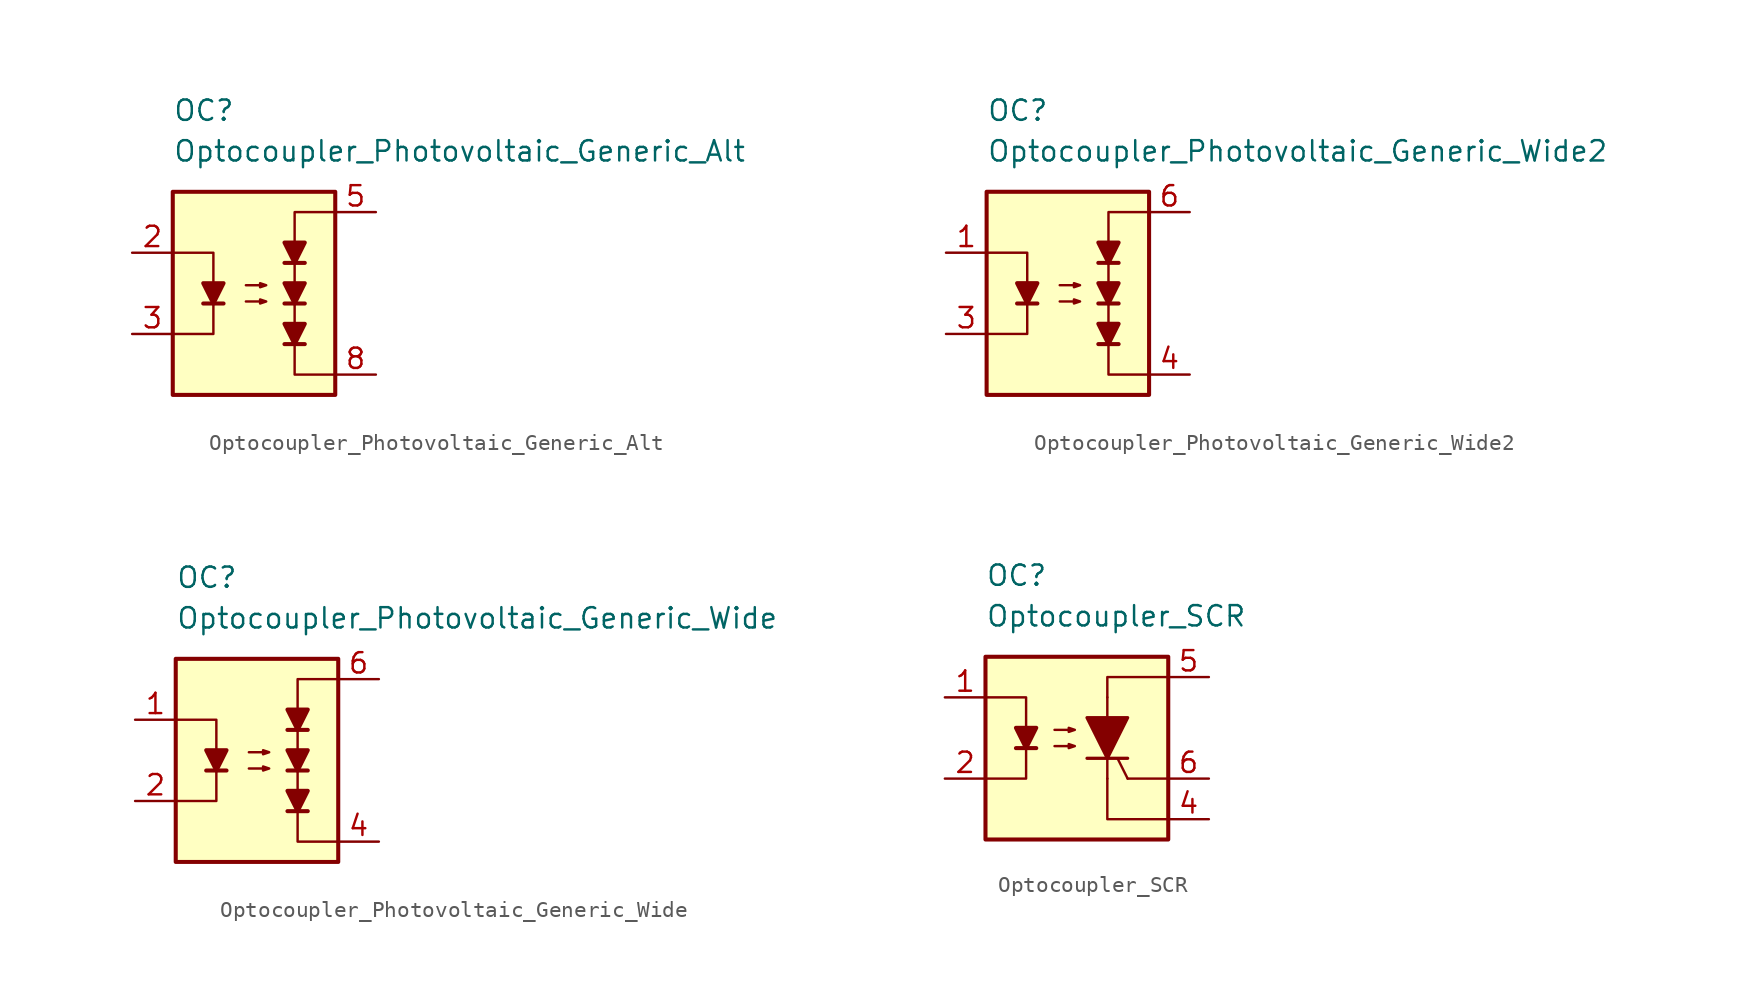
<source format=kicad_sym>
(kicad_symbol_lib
  (version 20211014)
  (generator kicad_symbol_editor)
  (symbol "Optocoupler_Misc_AKL:Optocoupler_Photovoltaic_Generic_Alt"
    (pin_names
      (offset 1.016))
    (property "Reference" "OC"
      (at -5.08 11.43 0)
      (effects (font (size 1.27 1.27)) (justify left)))
    (property "Value" "Optocoupler_Photovoltaic_Generic_Alt"
      (at -5.08 8.89 0)
      (effects (font (size 1.27 1.27)) (justify left)))
    (symbol "Optocoupler_Photovoltaic_Generic_Alt_0_0"
      (rectangle (start -5.08 6.35) (end 5.08 -6.35) (stroke (width 0.254) (type default) (color 0 0 0 0)) (fill (type background)))
      (polyline (pts (xy 5.08 -5.08) (xy 2.54 -5.08) (xy 2.54 5.08) (xy 5.08 5.08)) (stroke (width 0) (type default) (color 0 0 0 0)) (fill (type none))))
    (symbol "Optocoupler_Photovoltaic_Generic_Alt_0_1"
      (polyline (pts (xy -3.175 -0.635) (xy -1.905 -0.635)) (stroke (width 0.254) (type default) (color 0 0 0 0)) (fill (type none)))
      (polyline (pts (xy -5.08 2.54) (xy -2.54 2.54) (xy -2.54 -0.635)) (stroke (width 0) (type default) (color 0 0 0 0)) (fill (type none)))
      (polyline (pts (xy -2.54 -0.635) (xy -2.54 -2.54) (xy -5.08 -2.54)) (stroke (width 0) (type default) (color 0 0 0 0)) (fill (type none)))
      (polyline (pts (xy -2.54 -0.635) (xy -3.175 0.635) (xy -1.905 0.635) (xy -2.54 -0.635)) (stroke (width 0.254) (type default) (color 0 0 0 0)) (fill (type outline)))
      (polyline (pts (xy -0.508 -0.508) (xy 0.762 -0.508) (xy 0.381 -0.635) (xy 0.381 -0.381) (xy 0.762 -0.508)) (stroke (width 0) (type default) (color 0 0 0 0)) (fill (type none)))
      (polyline (pts (xy -0.508 0.508) (xy 0.762 0.508) (xy 0.381 0.381) (xy 0.381 0.635) (xy 0.762 0.508)) (stroke (width 0) (type default) (color 0 0 0 0)) (fill (type none))))
    (symbol "Optocoupler_Photovoltaic_Generic_Alt_1_1"
      (polyline (pts (xy 1.905 -3.175) (xy 3.175 -3.175)) (stroke (width 0.254) (type default) (color 0 0 0 0)) (fill (type none)))
      (polyline (pts (xy 1.905 -0.635) (xy 3.175 -0.635)) (stroke (width 0.254) (type default) (color 0 0 0 0)) (fill (type none)))
      (polyline (pts (xy 1.905 1.905) (xy 3.175 1.905)) (stroke (width 0.254) (type default) (color 0 0 0 0)) (fill (type none)))
      (polyline (pts (xy 2.54 -3.175) (xy 1.905 -1.905) (xy 3.175 -1.905) (xy 2.54 -3.175)) (stroke (width 0.254) (type default) (color 0 0 0 0)) (fill (type outline)))
      (polyline (pts (xy 2.54 -0.635) (xy 1.905 0.635) (xy 3.175 0.635) (xy 2.54 -0.635)) (stroke (width 0.254) (type default) (color 0 0 0 0)) (fill (type outline)))
      (polyline (pts (xy 2.54 1.905) (xy 1.905 3.175) (xy 3.175 3.175) (xy 2.54 1.905)) (stroke (width 0.254) (type default) (color 0 0 0 0)) (fill (type outline)))
      (pin passive line (at -7.62 2.54 0) (length 2.54) (name "~" (effects (font (size 1.27 1.27)))) (number "2" (effects (font (size 1.27 1.27)))))
      (pin passive line (at -7.62 -2.54 0) (length 2.54) (name "~" (effects (font (size 1.27 1.27)))) (number "3" (effects (font (size 1.27 1.27)))))
      (pin passive line (at 7.62 5.08 180) (length 2.54) (name "~" (effects (font (size 1.27 1.27)))) (number "5" (effects (font (size 1.27 1.27)))))
      (pin passive line (at 7.62 -5.08 180) (length 2.54) (name "~" (effects (font (size 1.27 1.27)))) (number "8" (effects (font (size 1.27 1.27)))))))
  (symbol "Optocoupler_Misc_AKL:Optocoupler_Photovoltaic_Generic_Wide2"
    (pin_names
      (offset 1.016))
    (property "Reference" "OC"
      (at -5.08 11.43 0)
      (effects (font (size 1.27 1.27)) (justify left)))
    (property "Value" "Optocoupler_Photovoltaic_Generic_Wide2"
      (at -5.08 8.89 0)
      (effects (font (size 1.27 1.27)) (justify left)))
    (symbol "Optocoupler_Photovoltaic_Generic_Wide2_0_0"
      (rectangle (start -5.08 6.35) (end 5.08 -6.35) (stroke (width 0.254) (type default) (color 0 0 0 0)) (fill (type background)))
      (polyline (pts (xy 5.08 -5.08) (xy 2.54 -5.08) (xy 2.54 5.08) (xy 5.08 5.08)) (stroke (width 0) (type default) (color 0 0 0 0)) (fill (type none))))
    (symbol "Optocoupler_Photovoltaic_Generic_Wide2_0_1"
      (polyline (pts (xy -3.175 -0.635) (xy -1.905 -0.635)) (stroke (width 0.254) (type default) (color 0 0 0 0)) (fill (type none)))
      (polyline (pts (xy -5.08 2.54) (xy -2.54 2.54) (xy -2.54 -0.635)) (stroke (width 0) (type default) (color 0 0 0 0)) (fill (type none)))
      (polyline (pts (xy -2.54 -0.635) (xy -2.54 -2.54) (xy -5.08 -2.54)) (stroke (width 0) (type default) (color 0 0 0 0)) (fill (type none)))
      (polyline (pts (xy -2.54 -0.635) (xy -3.175 0.635) (xy -1.905 0.635) (xy -2.54 -0.635)) (stroke (width 0.254) (type default) (color 0 0 0 0)) (fill (type outline)))
      (polyline (pts (xy -0.508 -0.508) (xy 0.762 -0.508) (xy 0.381 -0.635) (xy 0.381 -0.381) (xy 0.762 -0.508)) (stroke (width 0) (type default) (color 0 0 0 0)) (fill (type none)))
      (polyline (pts (xy -0.508 0.508) (xy 0.762 0.508) (xy 0.381 0.381) (xy 0.381 0.635) (xy 0.762 0.508)) (stroke (width 0) (type default) (color 0 0 0 0)) (fill (type none))))
    (symbol "Optocoupler_Photovoltaic_Generic_Wide2_1_1"
      (polyline (pts (xy 1.905 -3.175) (xy 3.175 -3.175)) (stroke (width 0.254) (type default) (color 0 0 0 0)) (fill (type none)))
      (polyline (pts (xy 1.905 -0.635) (xy 3.175 -0.635)) (stroke (width 0.254) (type default) (color 0 0 0 0)) (fill (type none)))
      (polyline (pts (xy 1.905 1.905) (xy 3.175 1.905)) (stroke (width 0.254) (type default) (color 0 0 0 0)) (fill (type none)))
      (polyline (pts (xy 2.54 -3.175) (xy 1.905 -1.905) (xy 3.175 -1.905) (xy 2.54 -3.175)) (stroke (width 0.254) (type default) (color 0 0 0 0)) (fill (type outline)))
      (polyline (pts (xy 2.54 -0.635) (xy 1.905 0.635) (xy 3.175 0.635) (xy 2.54 -0.635)) (stroke (width 0.254) (type default) (color 0 0 0 0)) (fill (type outline)))
      (polyline (pts (xy 2.54 1.905) (xy 1.905 3.175) (xy 3.175 3.175) (xy 2.54 1.905)) (stroke (width 0.254) (type default) (color 0 0 0 0)) (fill (type outline)))
      (pin passive line (at -7.62 2.54 0) (length 2.54) (name "~" (effects (font (size 1.27 1.27)))) (number "1" (effects (font (size 1.27 1.27)))))
      (pin passive line (at -7.62 -2.54 0) (length 2.54) (name "~" (effects (font (size 1.27 1.27)))) (number "3" (effects (font (size 1.27 1.27)))))
      (pin passive line (at 7.62 -5.08 180) (length 2.54) (name "~" (effects (font (size 1.27 1.27)))) (number "4" (effects (font (size 1.27 1.27)))))
      (pin passive line (at 7.62 5.08 180) (length 2.54) (name "~" (effects (font (size 1.27 1.27)))) (number "6" (effects (font (size 1.27 1.27)))))))
  (symbol "Optocoupler_Misc_AKL:Optocoupler_Photovoltaic_Generic_Wide"
    (pin_names
      (offset 1.016))
    (property "Reference" "OC"
      (at -5.08 11.43 0)
      (effects (font (size 1.27 1.27)) (justify left)))
    (property "Value" "Optocoupler_Photovoltaic_Generic_Wide"
      (at -5.08 8.89 0)
      (effects (font (size 1.27 1.27)) (justify left)))
    (symbol "Optocoupler_Photovoltaic_Generic_Wide_0_0"
      (rectangle (start -5.08 6.35) (end 5.08 -6.35) (stroke (width 0.254) (type default) (color 0 0 0 0)) (fill (type background)))
      (polyline (pts (xy 5.08 -5.08) (xy 2.54 -5.08) (xy 2.54 5.08) (xy 5.08 5.08)) (stroke (width 0) (type default) (color 0 0 0 0)) (fill (type none))))
    (symbol "Optocoupler_Photovoltaic_Generic_Wide_0_1"
      (polyline (pts (xy -3.175 -0.635) (xy -1.905 -0.635)) (stroke (width 0.254) (type default) (color 0 0 0 0)) (fill (type none)))
      (polyline (pts (xy -5.08 2.54) (xy -2.54 2.54) (xy -2.54 -0.635)) (stroke (width 0) (type default) (color 0 0 0 0)) (fill (type none)))
      (polyline (pts (xy -2.54 -0.635) (xy -2.54 -2.54) (xy -5.08 -2.54)) (stroke (width 0) (type default) (color 0 0 0 0)) (fill (type none)))
      (polyline (pts (xy -2.54 -0.635) (xy -3.175 0.635) (xy -1.905 0.635) (xy -2.54 -0.635)) (stroke (width 0.254) (type default) (color 0 0 0 0)) (fill (type outline)))
      (polyline (pts (xy -0.508 -0.508) (xy 0.762 -0.508) (xy 0.381 -0.635) (xy 0.381 -0.381) (xy 0.762 -0.508)) (stroke (width 0) (type default) (color 0 0 0 0)) (fill (type none)))
      (polyline (pts (xy -0.508 0.508) (xy 0.762 0.508) (xy 0.381 0.381) (xy 0.381 0.635) (xy 0.762 0.508)) (stroke (width 0) (type default) (color 0 0 0 0)) (fill (type none))))
    (symbol "Optocoupler_Photovoltaic_Generic_Wide_1_1"
      (polyline (pts (xy 1.905 -3.175) (xy 3.175 -3.175)) (stroke (width 0.254) (type default) (color 0 0 0 0)) (fill (type none)))
      (polyline (pts (xy 1.905 -0.635) (xy 3.175 -0.635)) (stroke (width 0.254) (type default) (color 0 0 0 0)) (fill (type none)))
      (polyline (pts (xy 1.905 1.905) (xy 3.175 1.905)) (stroke (width 0.254) (type default) (color 0 0 0 0)) (fill (type none)))
      (polyline (pts (xy 2.54 -3.175) (xy 1.905 -1.905) (xy 3.175 -1.905) (xy 2.54 -3.175)) (stroke (width 0.254) (type default) (color 0 0 0 0)) (fill (type outline)))
      (polyline (pts (xy 2.54 -0.635) (xy 1.905 0.635) (xy 3.175 0.635) (xy 2.54 -0.635)) (stroke (width 0.254) (type default) (color 0 0 0 0)) (fill (type outline)))
      (polyline (pts (xy 2.54 1.905) (xy 1.905 3.175) (xy 3.175 3.175) (xy 2.54 1.905)) (stroke (width 0.254) (type default) (color 0 0 0 0)) (fill (type outline)))
      (pin passive line (at -7.62 2.54 0) (length 2.54) (name "~" (effects (font (size 1.27 1.27)))) (number "1" (effects (font (size 1.27 1.27)))))
      (pin passive line (at -7.62 -2.54 0) (length 2.54) (name "~" (effects (font (size 1.27 1.27)))) (number "2" (effects (font (size 1.27 1.27)))))
      (pin passive line (at 7.62 -5.08 180) (length 2.54) (name "~" (effects (font (size 1.27 1.27)))) (number "4" (effects (font (size 1.27 1.27)))))
      (pin passive line (at 7.62 5.08 180) (length 2.54) (name "~" (effects (font (size 1.27 1.27)))) (number "6" (effects (font (size 1.27 1.27)))))))
  (symbol "Optocoupler_Misc_AKL:Optocoupler_SCR"
    (pin_names
      (offset 1.016))
    (property "Reference" "OC"
      (at -5.08 10.16 0)
      (effects (font (size 1.27 1.27)) (justify left)))
    (property "Value" "Optocoupler_SCR"
      (at -5.08 7.62 0)
      (effects (font (size 1.27 1.27)) (justify left)))
    (symbol "Optocoupler_SCR_0_1"
      (rectangle (start -5.08 5.08) (end 6.35 -6.35) (stroke (width 0.254) (type default) (color 0 0 0 0)) (fill (type background)))
      (polyline (pts (xy -3.175 -0.635) (xy -1.905 -0.635)) (stroke (width 0.254) (type default) (color 0 0 0 0)) (fill (type none)))
      (polyline (pts (xy 6.35 -2.54) (xy 3.81 -2.54)) (stroke (width 0) (type default) (color 0 0 0 0)) (fill (type none)))
      (polyline (pts (xy -5.08 2.54) (xy -2.54 2.54) (xy -2.54 -0.635)) (stroke (width 0) (type default) (color 0 0 0 0)) (fill (type none)))
      (polyline (pts (xy -2.54 -0.635) (xy -2.54 -2.54) (xy -5.08 -2.54)) (stroke (width 0) (type default) (color 0 0 0 0)) (fill (type none)))
      (polyline (pts (xy 6.35 -5.08) (xy 2.54 -5.08) (xy 2.54 -2.54)) (stroke (width 0) (type default) (color 0 0 0 0)) (fill (type none)))
      (polyline (pts (xy 6.35 3.81) (xy 2.54 3.81) (xy 2.54 2.54)) (stroke (width 0) (type default) (color 0 0 0 0)) (fill (type none)))
      (polyline (pts (xy -2.54 -0.635) (xy -3.175 0.635) (xy -1.905 0.635) (xy -2.54 -0.635)) (stroke (width 0.254) (type default) (color 0 0 0 0)) (fill (type outline)))
      (polyline (pts (xy -0.762 -0.508) (xy 0.508 -0.508) (xy 0.127 -0.635) (xy 0.127 -0.381) (xy 0.508 -0.508)) (stroke (width 0) (type default) (color 0 0 0 0)) (fill (type none)))
      (polyline (pts (xy -0.762 0.508) (xy 0.508 0.508) (xy 0.127 0.381) (xy 0.127 0.635) (xy 0.508 0.508)) (stroke (width 0) (type default) (color 0 0 0 0)) (fill (type none))))
    (symbol "Optocoupler_SCR_1_1"
      (polyline (pts (xy 2.54 -2.54) (xy 2.54 2.54)) (stroke (width 0) (type default) (color 0 0 0 0)) (fill (type none)))
      (polyline (pts (xy 3.81 -2.54) (xy 3.175 -1.27)) (stroke (width 0) (type default) (color 0 0 0 0)) (fill (type none)))
      (polyline (pts (xy 3.81 -1.27) (xy 1.27 -1.27)) (stroke (width 0.203) (type default) (color 0 0 0 0)) (fill (type none)))
      (polyline (pts (xy 3.81 1.27) (xy 1.27 1.27) (xy 2.54 -1.27) (xy 3.81 1.27)) (stroke (width 0.203) (type default) (color 0 0 0 0)) (fill (type outline)))
      (pin passive line (at -7.62 2.54 0) (length 2.54) (name "~" (effects (font (size 1.27 1.27)))) (number "1" (effects (font (size 1.27 1.27)))))
      (pin passive line (at -7.62 -2.54 0) (length 2.54) (name "~" (effects (font (size 1.27 1.27)))) (number "2" (effects (font (size 1.27 1.27)))))
      (pin passive line (at 8.89 -5.08 180) (length 2.54) (name "~" (effects (font (size 1.27 1.27)))) (number "4" (effects (font (size 1.27 1.27)))))
      (pin passive line (at 8.89 3.81 180) (length 2.54) (name "~" (effects (font (size 1.27 1.27)))) (number "5" (effects (font (size 1.27 1.27)))))
      (pin passive line (at 8.89 -2.54 180) (length 2.54) (name "~" (effects (font (size 1.27 1.27)))) (number "6" (effects (font (size 1.27 1.27))))))))
</source>
